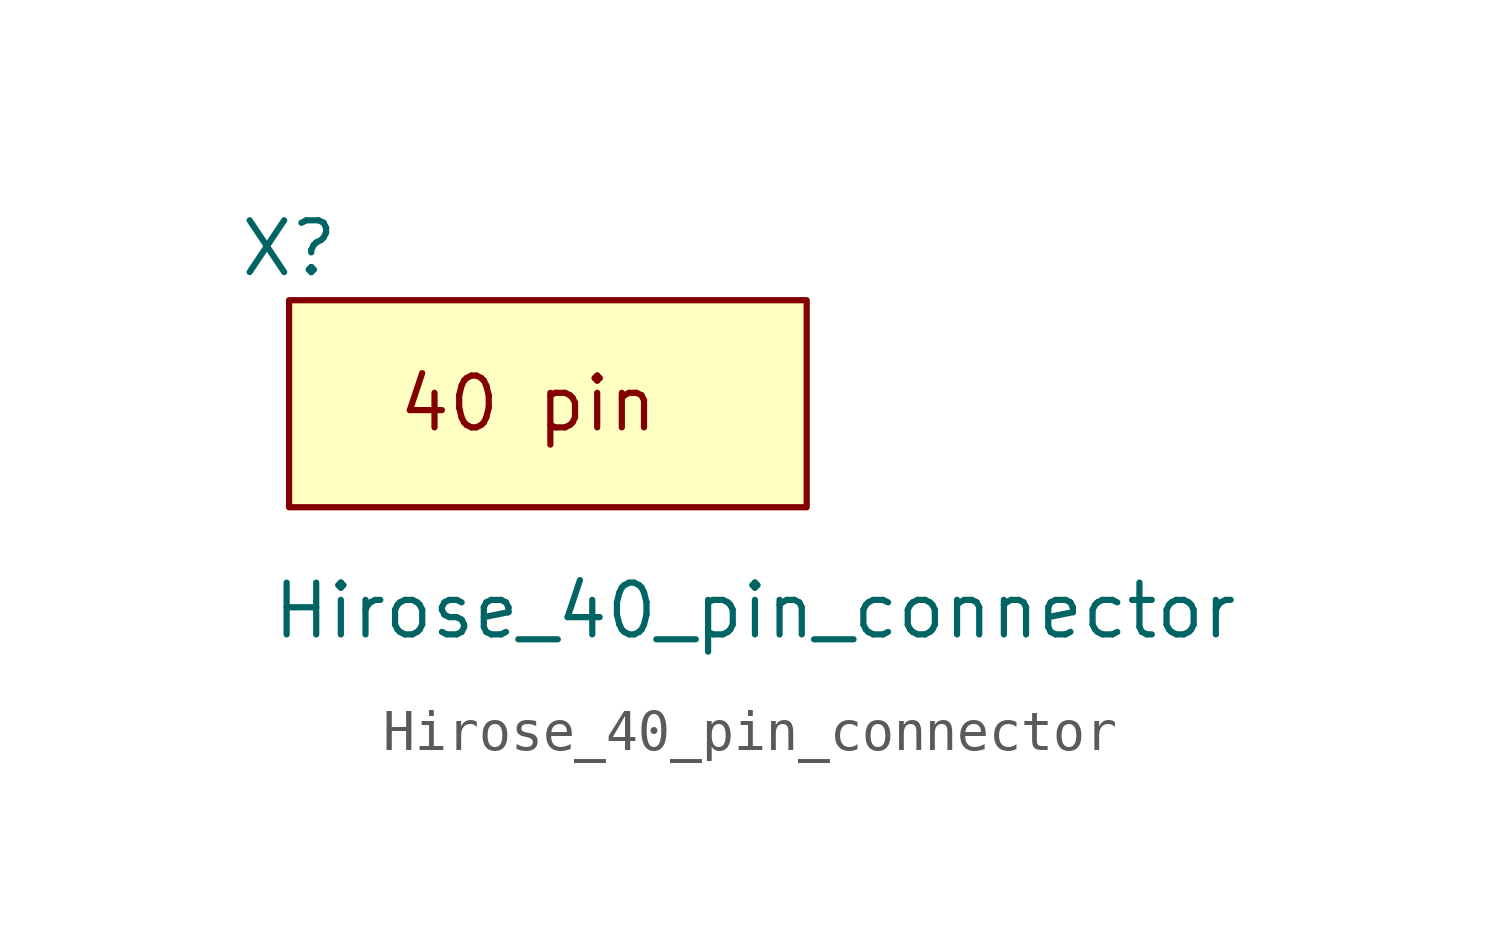
<source format=kicad_sym>
(kicad_symbol_lib
  (version 20220914)
  (generator kicad_symbol_editor)
  (symbol "Hirose_40_pin_connector"
    (pin_names
      (offset 1.016))
    (property "Reference" "X"
      (at -6.35 3.81 0)
      (effects (font (size 1.27 1.27))))
    (property "Value" "Hirose_40_pin_connector"
      (at 5.08 -5.08 0)
      (effects (font (size 1.27 1.27))))
    (symbol "Hirose_40_pin_connector_0_0"
      (text "40 pin " (at 0 0 0) (effects (font (size 1.27 1.27)))))
    (symbol "Hirose_40_pin_connector_0_1"
      (rectangle (start -6.35 -2.54) (end 6.35 2.54) (stroke (width 0) (type default)) (fill (type background))))))
</source>
